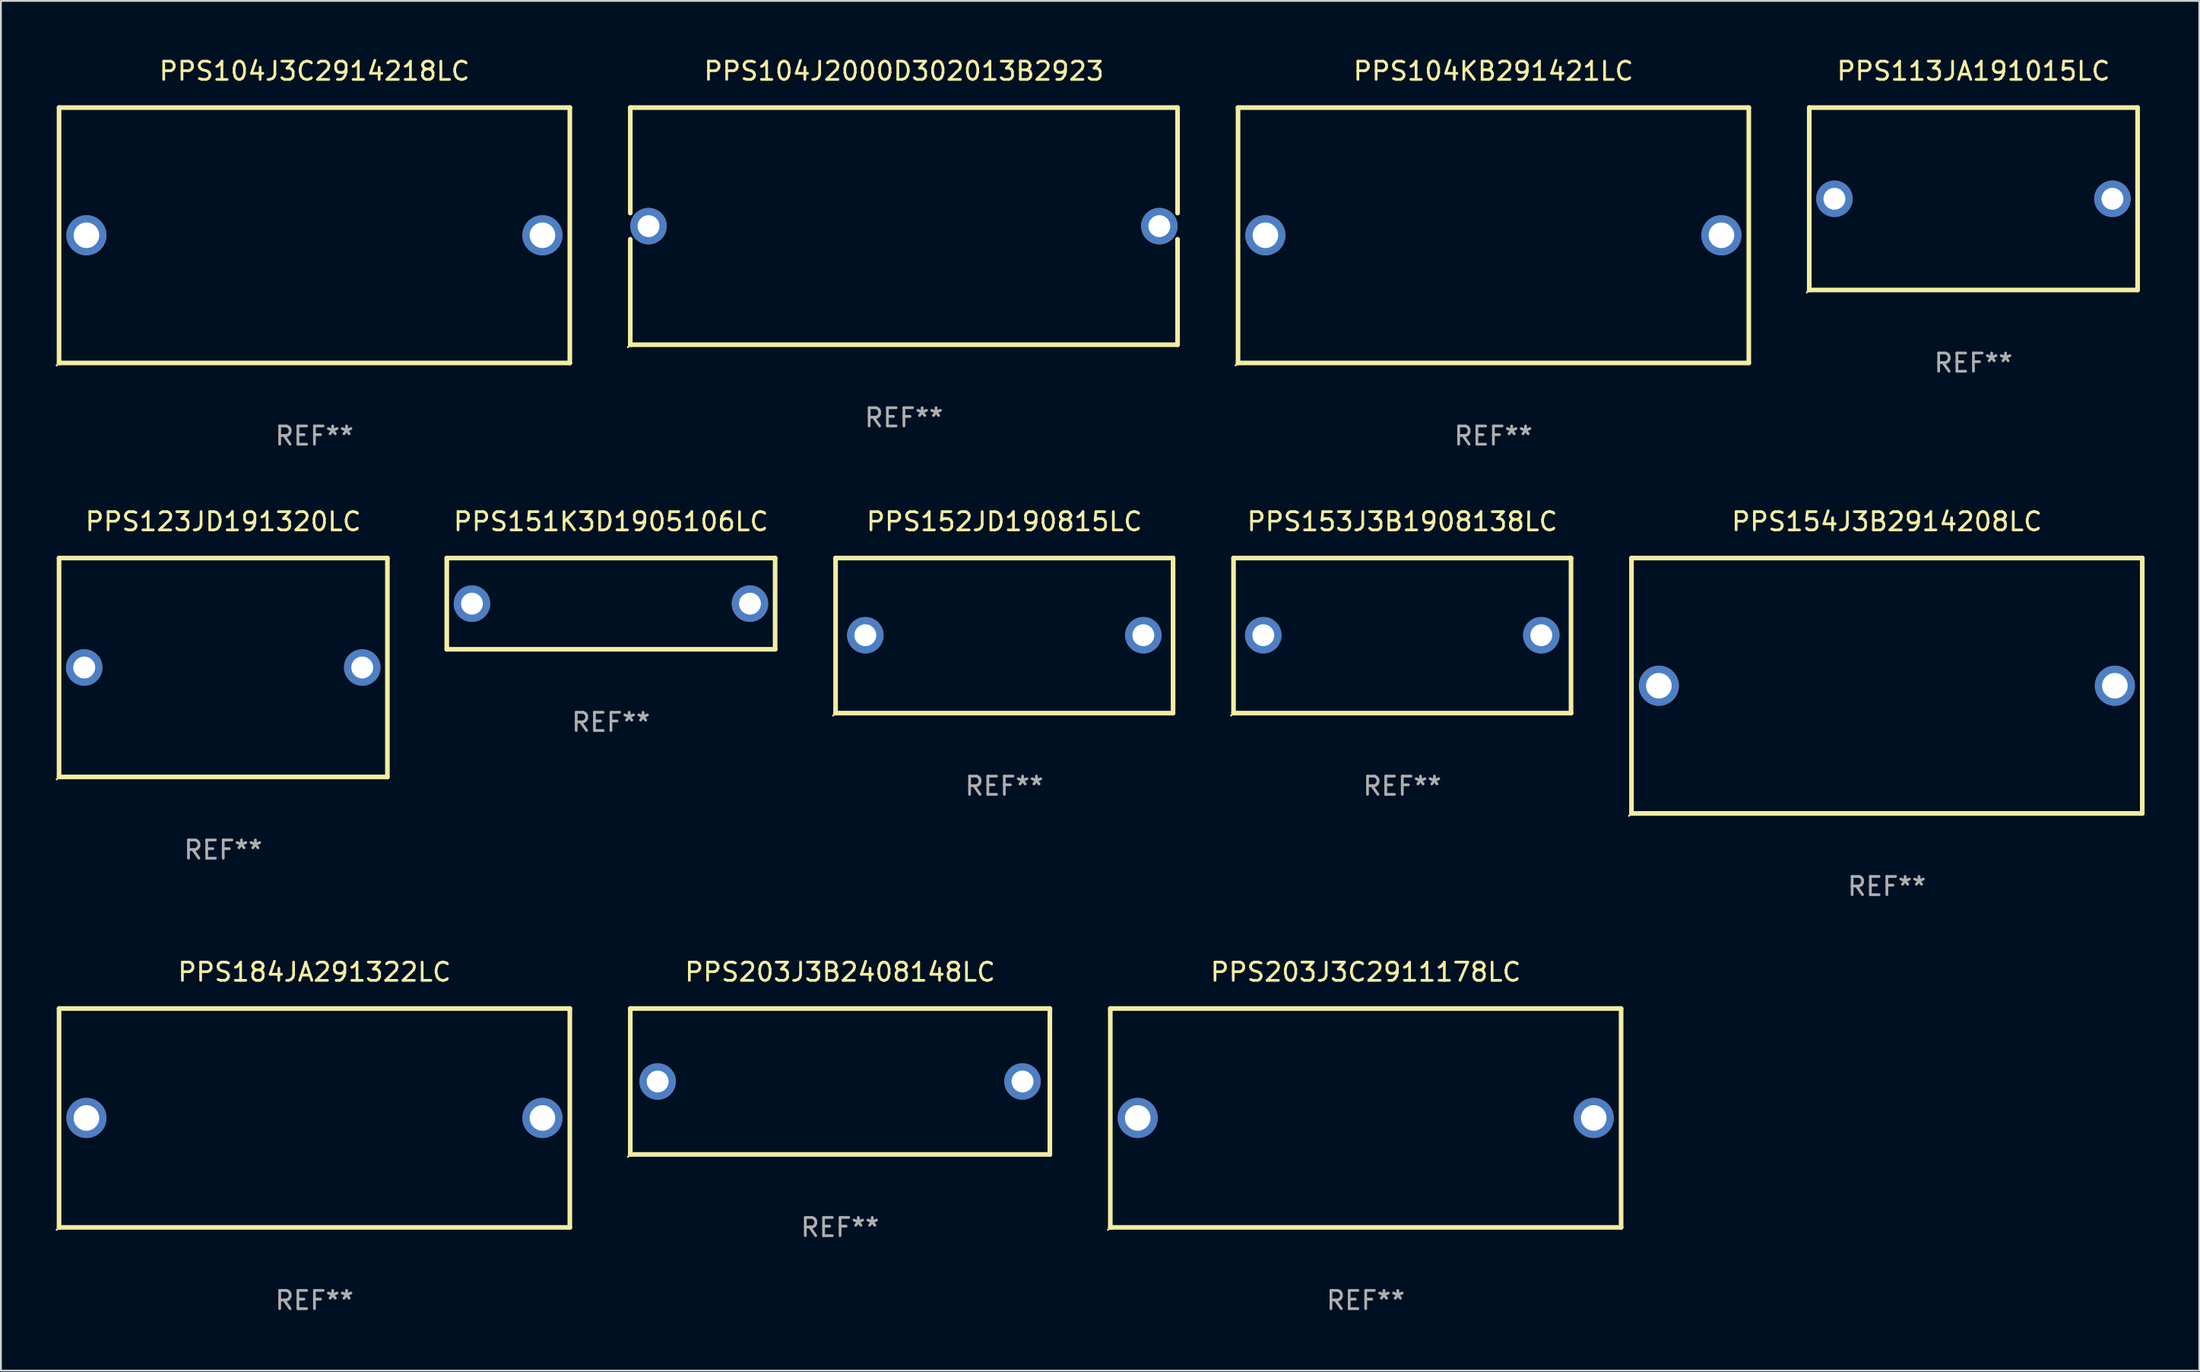
<source format=kicad_pcb>
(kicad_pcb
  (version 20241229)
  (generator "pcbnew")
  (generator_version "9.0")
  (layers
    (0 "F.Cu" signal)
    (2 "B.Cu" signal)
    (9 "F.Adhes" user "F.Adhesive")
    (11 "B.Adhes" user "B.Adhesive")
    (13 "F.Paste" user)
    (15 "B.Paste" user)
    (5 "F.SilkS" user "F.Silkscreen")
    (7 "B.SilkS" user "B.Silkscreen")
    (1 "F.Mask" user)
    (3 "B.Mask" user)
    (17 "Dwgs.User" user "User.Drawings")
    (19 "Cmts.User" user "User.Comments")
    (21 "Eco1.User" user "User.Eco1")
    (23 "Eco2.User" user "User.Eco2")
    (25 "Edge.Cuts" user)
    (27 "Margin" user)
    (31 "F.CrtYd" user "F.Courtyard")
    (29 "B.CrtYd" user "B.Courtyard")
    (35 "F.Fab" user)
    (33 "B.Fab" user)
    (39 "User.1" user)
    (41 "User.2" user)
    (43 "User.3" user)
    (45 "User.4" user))
  (footprint "PPS151K3D1905106LC"
    (layer "F.Cu")
    (at 30.441 30.045)
    (property "Reference" "PPS151K3D1905106LC" (at 0 -4.5 0) (layer "F.SilkS") (effects (font (size 1 1) (thickness 0.15))))
    (attr through_hole)
    (fp_line (start -9 -2.5) (end 9 -2.5) (stroke (width 0.254) (type solid)) (layer "F.SilkS"))
    (fp_line (start -9 2.5) (end -9 -2.5) (stroke (width 0.254) (type solid)) (layer "F.SilkS"))
    (fp_line (start 9 -2.5) (end 9 2.5) (stroke (width 0.254) (type solid)) (layer "F.SilkS"))
    (fp_line (start 9 2.5) (end -9 2.5) (stroke (width 0.254) (type solid)) (layer "F.SilkS"))
    (fp_circle (center -9 2.5) (end -8.97 2.5) (stroke (width 0.06) (type solid)) (fill no) (layer "F.SilkS"))
    (fp_text user "REF**" (at 0 6.5 0) (layer "F.Fab") (effects (font (size 1 1) (thickness 0.15))))
    (pad "1" thru_hole circle (at -7.62 -0.000127) (size 2 2) (drill 1.2) (layers "*.Cu" "*.Mask"))
    (pad "2" thru_hole circle (at 7.62 -0.000127) (size 2 2) (drill 1.2) (layers "*.Cu" "*.Mask")))
  (footprint "PPS153J3B1908138LC"
    (layer "F.Cu")
    (at 73.82 31.795)
    (property "Reference" "PPS153J3B1908138LC" (at 0 -6.25 0) (layer "F.SilkS") (effects (font (size 1 1) (thickness 0.15))))
    (attr through_hole)
    (fp_line (start -9.25 -4.25) (end 9.25 -4.25) (stroke (width 0.254) (type solid)) (layer "F.SilkS"))
    (fp_line (start -9.25 4.25) (end -9.25 -4.25) (stroke (width 0.254) (type solid)) (layer "F.SilkS"))
    (fp_line (start 9.25 -4.25) (end 9.25 4.25) (stroke (width 0.254) (type solid)) (layer "F.SilkS"))
    (fp_line (start 9.25 4.25) (end -9.25 4.25) (stroke (width 0.254) (type solid)) (layer "F.SilkS"))
    (fp_circle (center -9.377 4.377) (end -9.347 4.377) (stroke (width 0.06) (type solid)) (fill no) (layer "F.SilkS"))
    (fp_text user "REF**" (at 0 8.25 0) (layer "F.Fab") (effects (font (size 1 1) (thickness 0.15))))
    (pad "1" thru_hole circle (at -7.62 -0.02) (size 2 2) (drill 1.2) (layers "*.Cu" "*.Mask"))
    (pad "2" thru_hole circle (at 7.62 -0.02) (size 2 2) (drill 1.2) (layers "*.Cu" "*.Mask")))
  (footprint "PPS203J3C2911178LC"
    (layer "F.Cu")
    (at 71.815 58.241)
    (property "Reference" "PPS203J3C2911178LC" (at 0 -8 0) (layer "F.SilkS") (effects (font (size 1 1) (thickness 0.15))))
    (attr through_hole)
    (fp_line (start -14 -6) (end 14 -6) (stroke (width 0.254) (type solid)) (layer "F.SilkS"))
    (fp_line (start -14 6) (end -14 -6) (stroke (width 0.254) (type solid)) (layer "F.SilkS"))
    (fp_line (start 14 -6) (end 14 6) (stroke (width 0.254) (type solid)) (layer "F.SilkS"))
    (fp_line (start 14 6) (end -14 6) (stroke (width 0.254) (type solid)) (layer "F.SilkS"))
    (fp_circle (center -14.127 6.127) (end -14.097 6.127) (stroke (width 0.06) (type solid)) (fill no) (layer "F.SilkS"))
    (fp_text user "REF**" (at 0 10 0) (layer "F.Fab") (effects (font (size 1 1) (thickness 0.15))))
    (pad "1" thru_hole circle (at -12.499 0) (size 2.2 2.2) (drill 1.4) (layers "*.Cu" "*.Mask"))
    (pad "2" thru_hole circle (at 12.499 0) (size 2.2 2.2) (drill 1.4) (layers "*.Cu" "*.Mask")))
  (footprint "PPS203J3B2408148LC"
    (layer "F.Cu")
    (at 43.001 56.241)
    (property "Reference" "PPS203J3B2408148LC" (at 0 -6 0) (layer "F.SilkS") (effects (font (size 1 1) (thickness 0.15))))
    (attr through_hole)
    (fp_line (start -11.5 -4) (end -11.5 4) (stroke (width 0.254) (type solid)) (layer "F.SilkS"))
    (fp_line (start -11.5 -4) (end 11.5 -4) (stroke (width 0.254) (type solid)) (layer "F.SilkS"))
    (fp_line (start -11.5 4) (end 11.5 4) (stroke (width 0.254) (type solid)) (layer "F.SilkS"))
    (fp_line (start 11.5 -4) (end 11.5 4) (stroke (width 0.254) (type solid)) (layer "F.SilkS"))
    (fp_circle (center -11.627 4.127) (end -11.597 4.127) (stroke (width 0.06) (type solid)) (fill no) (layer "F.SilkS"))
    (fp_text user "REF**" (at 0 8 0) (layer "F.Fab") (effects (font (size 1 1) (thickness 0.15))))
    (pad "1" thru_hole circle (at -10 0) (size 2 2) (drill 1.2) (layers "*.Cu" "*.Mask"))
    (pad "2" thru_hole circle (at 10 0) (size 2 2) (drill 1.2) (layers "*.Cu" "*.Mask")))
  (footprint "PPS154J3B2914208LC"
    (layer "F.Cu")
    (at 100.384 34.545)
    (property "Reference" "PPS154J3B2914208LC" (at 0 -9 0) (layer "F.SilkS") (effects (font (size 1 1) (thickness 0.15))))
    (attr through_hole)
    (fp_line (start -14 -7) (end 14 -7) (stroke (width 0.254) (type solid)) (layer "F.SilkS"))
    (fp_line (start -14 7) (end -14 -7) (stroke (width 0.254) (type solid)) (layer "F.SilkS"))
    (fp_line (start 14 -7) (end 14 7) (stroke (width 0.254) (type solid)) (layer "F.SilkS"))
    (fp_line (start 14 7) (end -14 7) (stroke (width 0.254) (type solid)) (layer "F.SilkS"))
    (fp_circle (center -14.127 7.127) (end -14.097 7.127) (stroke (width 0.06) (type solid)) (fill no) (layer "F.SilkS"))
    (fp_text user "REF**" (at 0 11 0) (layer "F.Fab") (effects (font (size 1 1) (thickness 0.15))))
    (pad "1" thru_hole circle (at -12.499 0) (size 2.2 2.2) (drill 1.4) (layers "*.Cu" "*.Mask"))
    (pad "2" thru_hole circle (at 12.499 0) (size 2.2 2.2) (drill 1.4) (layers "*.Cu" "*.Mask")))
  (footprint "PPS104KB291421LC"
    (layer "F.Cu")
    (at 78.815 9.848)
    (property "Reference" "PPS104KB291421LC" (at 0 -9 0) (layer "F.SilkS") (effects (font (size 1 1) (thickness 0.15))))
    (attr through_hole)
    (fp_line (start -14 -7) (end 14 -7) (stroke (width 0.254) (type solid)) (layer "F.SilkS"))
    (fp_line (start -14 7) (end -14 -7) (stroke (width 0.254) (type solid)) (layer "F.SilkS"))
    (fp_line (start 14 -7) (end 14 7) (stroke (width 0.254) (type solid)) (layer "F.SilkS"))
    (fp_line (start 14 7) (end -14 7) (stroke (width 0.254) (type solid)) (layer "F.SilkS"))
    (fp_circle (center -14.127 7.127) (end -14.097 7.127) (stroke (width 0.06) (type solid)) (fill no) (layer "F.SilkS"))
    (fp_text user "REF**" (at 0 11 0) (layer "F.Fab") (effects (font (size 1 1) (thickness 0.15))))
    (pad "1" thru_hole circle (at -12.499 0) (size 2.2 2.2) (drill 1.4) (layers "*.Cu" "*.Mask"))
    (pad "2" thru_hole circle (at 12.499 0) (size 2.2 2.2) (drill 1.4) (layers "*.Cu" "*.Mask")))
  (footprint "PPS152JD190815LC"
    (layer "F.Cu")
    (at 52.005 31.795)
    (property "Reference" "PPS152JD190815LC" (at 0 -6.25 0) (layer "F.SilkS") (effects (font (size 1 1) (thickness 0.15))))
    (attr through_hole)
    (fp_line (start -9.25 -4.25) (end 9.25 -4.25) (stroke (width 0.254) (type solid)) (layer "F.SilkS"))
    (fp_line (start -9.25 4.25) (end -9.25 -4.25) (stroke (width 0.254) (type solid)) (layer "F.SilkS"))
    (fp_line (start 9.25 -4.25) (end 9.25 4.25) (stroke (width 0.254) (type solid)) (layer "F.SilkS"))
    (fp_line (start 9.25 4.25) (end -9.25 4.25) (stroke (width 0.254) (type solid)) (layer "F.SilkS"))
    (fp_circle (center -9.377 4.377) (end -9.347 4.377) (stroke (width 0.06) (type solid)) (fill no) (layer "F.SilkS"))
    (fp_text user "REF**" (at 0 8.25 0) (layer "F.Fab") (effects (font (size 1 1) (thickness 0.15))))
    (pad "1" thru_hole circle (at -7.62 -0.02) (size 2 2) (drill 1.2) (layers "*.Cu" "*.Mask"))
    (pad "2" thru_hole circle (at 7.62 -0.02) (size 2 2) (drill 1.2) (layers "*.Cu" "*.Mask")))
  (footprint "PPS123JD191320LC"
    (layer "F.Cu")
    (at 9.187 33.545)
    (property "Reference" "PPS123JD191320LC" (at 0 -8 0) (layer "F.SilkS") (effects (font (size 1 1) (thickness 0.15))))
    (attr through_hole)
    (fp_line (start -9 -6) (end 9 -6) (stroke (width 0.254) (type solid)) (layer "F.SilkS"))
    (fp_line (start -9 6) (end -9 -6) (stroke (width 0.254) (type solid)) (layer "F.SilkS"))
    (fp_line (start 9 -6) (end 9 6) (stroke (width 0.254) (type solid)) (layer "F.SilkS"))
    (fp_line (start 9 6) (end -9 6) (stroke (width 0.254) (type solid)) (layer "F.SilkS"))
    (fp_circle (center -9.127 6.127) (end -9.097 6.127) (stroke (width 0.06) (type solid)) (fill no) (layer "F.SilkS"))
    (fp_text user "REF**" (at 0 10 0) (layer "F.Fab") (effects (font (size 1 1) (thickness 0.15))))
    (pad "1" thru_hole circle (at -7.62 0) (size 2 2) (drill 1.2) (layers "*.Cu" "*.Mask"))
    (pad "2" thru_hole circle (at 7.62 0) (size 2 2) (drill 1.2) (layers "*.Cu" "*.Mask")))
  (footprint "PPS184JA291322LC"
    (layer "F.Cu")
    (at 14.187 58.241)
    (property "Reference" "PPS184JA291322LC" (at 0 -8 0) (layer "F.SilkS") (effects (font (size 1 1) (thickness 0.15))))
    (attr through_hole)
    (fp_line (start -14 -6) (end 14 -6) (stroke (width 0.254) (type solid)) (layer "F.SilkS"))
    (fp_line (start -14 6) (end -14 -6) (stroke (width 0.254) (type solid)) (layer "F.SilkS"))
    (fp_line (start 14 -6) (end 14 6) (stroke (width 0.254) (type solid)) (layer "F.SilkS"))
    (fp_line (start 14 6) (end -14 6) (stroke (width 0.254) (type solid)) (layer "F.SilkS"))
    (fp_circle (center -14.127 6.127) (end -14.097 6.127) (stroke (width 0.06) (type solid)) (fill no) (layer "F.SilkS"))
    (fp_text user "REF**" (at 0 10 0) (layer "F.Fab") (effects (font (size 1 1) (thickness 0.15))))
    (pad "1" thru_hole circle (at -12.499 0) (size 2.2 2.2) (drill 1.4) (layers "*.Cu" "*.Mask"))
    (pad "2" thru_hole circle (at 12.499 0) (size 2.2 2.2) (drill 1.4) (layers "*.Cu" "*.Mask")))
  (footprint "PPS113JA191015LC"
    (layer "F.Cu")
    (at 105.129 7.848)
    (property "Reference" "PPS113JA191015LC" (at 0 -7 0) (layer "F.SilkS") (effects (font (size 1 1) (thickness 0.15))))
    (attr through_hole)
    (fp_line (start -9 -5) (end 9 -5) (stroke (width 0.254) (type solid)) (layer "F.SilkS"))
    (fp_line (start -9 5) (end -9 -5) (stroke (width 0.254) (type solid)) (layer "F.SilkS"))
    (fp_line (start 9 -5) (end 9 5) (stroke (width 0.254) (type solid)) (layer "F.SilkS"))
    (fp_line (start 9 5) (end -9 5) (stroke (width 0.254) (type solid)) (layer "F.SilkS"))
    (fp_circle (center -9.127 5.127) (end -9.097 5.127) (stroke (width 0.06) (type solid)) (fill no) (layer "F.SilkS"))
    (fp_text user "REF**" (at 0 9 0) (layer "F.Fab") (effects (font (size 1 1) (thickness 0.15))))
    (pad "1" thru_hole circle (at -7.62 0) (size 2 2) (drill 1.2) (layers "*.Cu" "*.Mask"))
    (pad "2" thru_hole circle (at 7.62 0) (size 2 2) (drill 1.2) (layers "*.Cu" "*.Mask")))
  (footprint "PPS104J2000D302013B2923"
    (layer "F.Cu")
    (at 46.501 9.348)
    (property "Reference" "PPS104J2000D302013B2923" (at 0 -8.5 0) (layer "F.SilkS") (effects (font (size 1 1) (thickness 0.15))))
    (attr through_hole)
    (fp_line (start -15 -6.5) (end -15 -0.717) (stroke (width 0.254) (type solid)) (layer "F.SilkS"))
    (fp_line (start -15 -6.5) (end 15 -6.5) (stroke (width 0.254) (type solid)) (layer "F.SilkS"))
    (fp_line (start -15 0.717) (end -15 6.5) (stroke (width 0.254) (type solid)) (layer "F.SilkS"))
    (fp_line (start 15 -6.5) (end 15 -0.717) (stroke (width 0.254) (type solid)) (layer "F.SilkS"))
    (fp_line (start 15 0.717) (end 15 6.5) (stroke (width 0.254) (type solid)) (layer "F.SilkS"))
    (fp_line (start 15 6.5) (end -15 6.5) (stroke (width 0.254) (type solid)) (layer "F.SilkS"))
    (fp_circle (center -15.127 6.627) (end -15.097 6.627) (stroke (width 0.06) (type solid)) (fill no) (layer "F.SilkS"))
    (fp_text user "REF**" (at 0 10.5 0) (layer "F.Fab") (effects (font (size 1 1) (thickness 0.15))))
    (pad "1" thru_hole circle (at -14.001 0) (size 2 2) (drill 1.2) (layers "*.Cu" "*.Mask"))
    (pad "2" thru_hole circle (at 14.001 0) (size 2 2) (drill 1.2) (layers "*.Cu" "*.Mask")))
  (footprint "PPS104J3C2914218LC"
    (layer "F.Cu")
    (at 14.187 9.848)
    (property "Reference" "PPS104J3C2914218LC" (at 0 -9 0) (layer "F.SilkS") (effects (font (size 1 1) (thickness 0.15))))
    (attr through_hole)
    (fp_line (start -14 -7) (end 14 -7) (stroke (width 0.254) (type solid)) (layer "F.SilkS"))
    (fp_line (start -14 7) (end -14 -7) (stroke (width 0.254) (type solid)) (layer "F.SilkS"))
    (fp_line (start 14 -7) (end 14 7) (stroke (width 0.254) (type solid)) (layer "F.SilkS"))
    (fp_line (start 14 7) (end -14 7) (stroke (width 0.254) (type solid)) (layer "F.SilkS"))
    (fp_circle (center -14.127 7.127) (end -14.097 7.127) (stroke (width 0.06) (type solid)) (fill no) (layer "F.SilkS"))
    (fp_text user "REF**" (at 0 11 0) (layer "F.Fab") (effects (font (size 1 1) (thickness 0.15))))
    (pad "1" thru_hole circle (at -12.499 0) (size 2.2 2.2) (drill 1.4) (layers "*.Cu" "*.Mask"))
    (pad "2" thru_hole circle (at 12.499 0) (size 2.2 2.2) (drill 1.4) (layers "*.Cu" "*.Mask")))
  (gr_rect
    (start -3 -3)
    (end 117.511 72.09)
    (stroke (width 0.1) (type default))
    (fill no)
    (layer "Edge.Cuts")))
</source>
